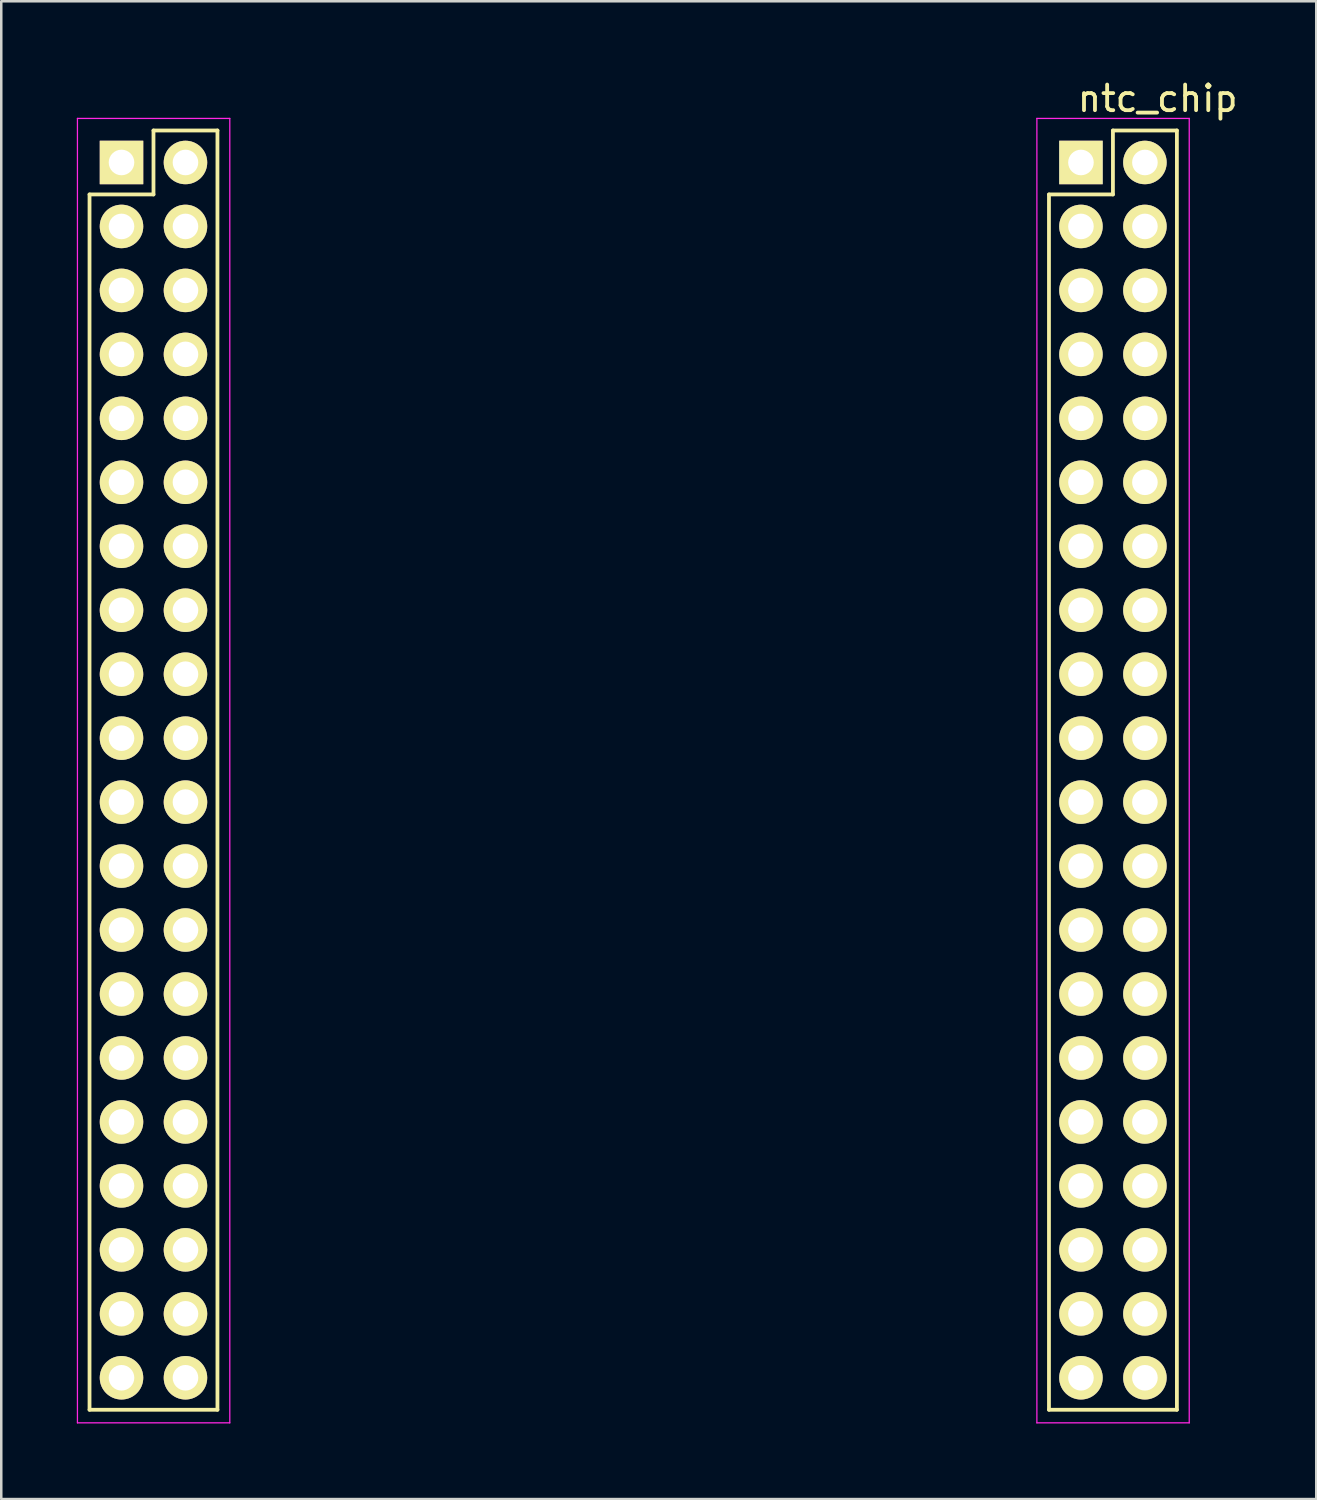
<source format=kicad_pcb>
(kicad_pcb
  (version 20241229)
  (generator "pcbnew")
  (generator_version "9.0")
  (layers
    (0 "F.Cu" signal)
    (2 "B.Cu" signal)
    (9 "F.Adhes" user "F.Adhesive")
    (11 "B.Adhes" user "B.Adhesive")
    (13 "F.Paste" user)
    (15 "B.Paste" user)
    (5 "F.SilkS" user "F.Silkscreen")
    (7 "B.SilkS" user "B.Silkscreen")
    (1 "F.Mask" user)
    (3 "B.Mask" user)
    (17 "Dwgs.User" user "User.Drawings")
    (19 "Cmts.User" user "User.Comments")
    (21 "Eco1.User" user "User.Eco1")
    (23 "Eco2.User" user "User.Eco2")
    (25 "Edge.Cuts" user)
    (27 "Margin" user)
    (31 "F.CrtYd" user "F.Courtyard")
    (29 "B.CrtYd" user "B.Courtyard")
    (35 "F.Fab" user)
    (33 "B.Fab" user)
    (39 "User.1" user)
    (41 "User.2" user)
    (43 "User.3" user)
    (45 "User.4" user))
  (footprint "ntc_chip"
    (layer "F.Cu")
    (at 1.775 3.402)
    (property "Reference" "ntc_chip" (at 41.148 -2.54 0) (layer "F.SilkS") (effects (font (size 1.016 1.016) (thickness 0.152))))
    (attr through_hole)
    (fp_line (start -1.27 1.27) (end -1.27 49.53) (stroke (width 0.15) (type solid)) (layer "F.SilkS"))
    (fp_line (start 1.27 -1.27) (end 1.27 1.27) (stroke (width 0.15) (type solid)) (layer "F.SilkS"))
    (fp_line (start 1.27 1.27) (end -1.27 1.27) (stroke (width 0.15) (type solid)) (layer "F.SilkS"))
    (fp_line (start 3.81 -1.27) (end 1.27 -1.27) (stroke (width 0.15) (type solid)) (layer "F.SilkS"))
    (fp_line (start 3.81 49.53) (end -1.27 49.53) (stroke (width 0.15) (type solid)) (layer "F.SilkS"))
    (fp_line (start 3.81 49.53) (end 3.81 -1.27) (stroke (width 0.15) (type solid)) (layer "F.SilkS"))
    (fp_line (start 36.83 1.27) (end 36.83 49.53) (stroke (width 0.15) (type solid)) (layer "F.SilkS"))
    (fp_line (start 39.37 -1.27) (end 39.37 1.27) (stroke (width 0.15) (type solid)) (layer "F.SilkS"))
    (fp_line (start 39.37 1.27) (end 36.83 1.27) (stroke (width 0.15) (type solid)) (layer "F.SilkS"))
    (fp_line (start 41.91 -1.27) (end 39.37 -1.27) (stroke (width 0.15) (type solid)) (layer "F.SilkS"))
    (fp_line (start 41.91 49.53) (end 36.83 49.53) (stroke (width 0.15) (type solid)) (layer "F.SilkS"))
    (fp_line (start 41.91 49.53) (end 41.91 -1.27) (stroke (width 0.15) (type solid)) (layer "F.SilkS"))
    (fp_line (start -1.75 -1.75) (end -1.75 50.05) (stroke (width 0.05) (type solid)) (layer "F.CrtYd"))
    (fp_line (start -1.75 -1.75) (end 4.3 -1.75) (stroke (width 0.05) (type solid)) (layer "F.CrtYd"))
    (fp_line (start -1.75 50.05) (end 4.3 50.05) (stroke (width 0.05) (type solid)) (layer "F.CrtYd"))
    (fp_line (start 4.3 -1.75) (end 4.3 50.05) (stroke (width 0.05) (type solid)) (layer "F.CrtYd"))
    (fp_line (start 36.35 -1.75) (end 36.35 50.05) (stroke (width 0.05) (type solid)) (layer "F.CrtYd"))
    (fp_line (start 36.35 -1.75) (end 42.4 -1.75) (stroke (width 0.05) (type solid)) (layer "F.CrtYd"))
    (fp_line (start 36.35 50.05) (end 42.4 50.05) (stroke (width 0.05) (type solid)) (layer "F.CrtYd"))
    (fp_line (start 42.4 -1.75) (end 42.4 50.05) (stroke (width 0.05) (type solid)) (layer "F.CrtYd"))
    (pad "1" thru_hole rect (at 0 0) (size 1.727 1.727) (drill 1.016) (layers "*.Cu" "*.Mask" "F.SilkS"))
    (pad "2" thru_hole oval (at 2.54 0) (size 1.727 1.727) (drill 1.016) (layers "*.Cu" "*.Mask" "F.SilkS"))
    (pad "3" thru_hole oval (at 0 2.54) (size 1.727 1.727) (drill 1.016) (layers "*.Cu" "*.Mask" "F.SilkS"))
    (pad "4" thru_hole oval (at 2.54 2.54) (size 1.727 1.727) (drill 1.016) (layers "*.Cu" "*.Mask" "F.SilkS"))
    (pad "5" thru_hole oval (at 0 5.08) (size 1.727 1.727) (drill 1.016) (layers "*.Cu" "*.Mask" "F.SilkS"))
    (pad "6" thru_hole oval (at 2.54 5.08) (size 1.727 1.727) (drill 1.016) (layers "*.Cu" "*.Mask" "F.SilkS"))
    (pad "7" thru_hole oval (at 0 7.62) (size 1.727 1.727) (drill 1.016) (layers "*.Cu" "*.Mask" "F.SilkS"))
    (pad "8" thru_hole oval (at 2.54 7.62) (size 1.727 1.727) (drill 1.016) (layers "*.Cu" "*.Mask" "F.SilkS"))
    (pad "9" thru_hole oval (at 0 10.16) (size 1.727 1.727) (drill 1.016) (layers "*.Cu" "*.Mask" "F.SilkS"))
    (pad "10" thru_hole oval (at 2.54 10.16) (size 1.727 1.727) (drill 1.016) (layers "*.Cu" "*.Mask" "F.SilkS"))
    (pad "11" thru_hole oval (at 0 12.7) (size 1.727 1.727) (drill 1.016) (layers "*.Cu" "*.Mask" "F.SilkS"))
    (pad "12" thru_hole oval (at 2.54 12.7) (size 1.727 1.727) (drill 1.016) (layers "*.Cu" "*.Mask" "F.SilkS"))
    (pad "13" thru_hole oval (at 0 15.24) (size 1.727 1.727) (drill 1.016) (layers "*.Cu" "*.Mask" "F.SilkS"))
    (pad "14" thru_hole oval (at 2.54 15.24) (size 1.727 1.727) (drill 1.016) (layers "*.Cu" "*.Mask" "F.SilkS"))
    (pad "15" thru_hole oval (at 0 17.78) (size 1.727 1.727) (drill 1.016) (layers "*.Cu" "*.Mask" "F.SilkS"))
    (pad "16" thru_hole oval (at 2.54 17.78) (size 1.727 1.727) (drill 1.016) (layers "*.Cu" "*.Mask" "F.SilkS"))
    (pad "17" thru_hole oval (at 0 20.32) (size 1.727 1.727) (drill 1.016) (layers "*.Cu" "*.Mask" "F.SilkS"))
    (pad "18" thru_hole oval (at 2.54 20.32) (size 1.727 1.727) (drill 1.016) (layers "*.Cu" "*.Mask" "F.SilkS"))
    (pad "19" thru_hole oval (at 0 22.86) (size 1.727 1.727) (drill 1.016) (layers "*.Cu" "*.Mask" "F.SilkS"))
    (pad "20" thru_hole oval (at 2.54 22.86) (size 1.727 1.727) (drill 1.016) (layers "*.Cu" "*.Mask" "F.SilkS"))
    (pad "21" thru_hole oval (at 0 25.4) (size 1.727 1.727) (drill 1.016) (layers "*.Cu" "*.Mask" "F.SilkS"))
    (pad "22" thru_hole oval (at 2.54 25.4) (size 1.727 1.727) (drill 1.016) (layers "*.Cu" "*.Mask" "F.SilkS"))
    (pad "23" thru_hole oval (at 0 27.94) (size 1.727 1.727) (drill 1.016) (layers "*.Cu" "*.Mask" "F.SilkS"))
    (pad "24" thru_hole oval (at 2.54 27.94) (size 1.727 1.727) (drill 1.016) (layers "*.Cu" "*.Mask" "F.SilkS"))
    (pad "25" thru_hole oval (at 0 30.48) (size 1.727 1.727) (drill 1.016) (layers "*.Cu" "*.Mask" "F.SilkS"))
    (pad "26" thru_hole oval (at 2.54 30.48) (size 1.727 1.727) (drill 1.016) (layers "*.Cu" "*.Mask" "F.SilkS"))
    (pad "27" thru_hole oval (at 0 33.02) (size 1.727 1.727) (drill 1.016) (layers "*.Cu" "*.Mask" "F.SilkS"))
    (pad "28" thru_hole oval (at 2.54 33.02) (size 1.727 1.727) (drill 1.016) (layers "*.Cu" "*.Mask" "F.SilkS"))
    (pad "29" thru_hole oval (at 0 35.56) (size 1.727 1.727) (drill 1.016) (layers "*.Cu" "*.Mask" "F.SilkS"))
    (pad "30" thru_hole oval (at 2.54 35.56) (size 1.727 1.727) (drill 1.016) (layers "*.Cu" "*.Mask" "F.SilkS"))
    (pad "31" thru_hole oval (at 0 38.1) (size 1.727 1.727) (drill 1.016) (layers "*.Cu" "*.Mask" "F.SilkS"))
    (pad "32" thru_hole oval (at 2.54 38.1) (size 1.727 1.727) (drill 1.016) (layers "*.Cu" "*.Mask" "F.SilkS"))
    (pad "33" thru_hole oval (at 0 40.64) (size 1.727 1.727) (drill 1.016) (layers "*.Cu" "*.Mask" "F.SilkS"))
    (pad "34" thru_hole oval (at 2.54 40.64) (size 1.727 1.727) (drill 1.016) (layers "*.Cu" "*.Mask" "F.SilkS"))
    (pad "35" thru_hole oval (at 0 43.18) (size 1.727 1.727) (drill 1.016) (layers "*.Cu" "*.Mask" "F.SilkS"))
    (pad "36" thru_hole oval (at 2.54 43.18) (size 1.727 1.727) (drill 1.016) (layers "*.Cu" "*.Mask" "F.SilkS"))
    (pad "37" thru_hole oval (at 0 45.72) (size 1.727 1.727) (drill 1.016) (layers "*.Cu" "*.Mask" "F.SilkS"))
    (pad "38" thru_hole oval (at 2.54 45.72) (size 1.727 1.727) (drill 1.016) (layers "*.Cu" "*.Mask" "F.SilkS"))
    (pad "39" thru_hole oval (at 0 48.26) (size 1.727 1.727) (drill 1.016) (layers "*.Cu" "*.Mask" "F.SilkS"))
    (pad "40" thru_hole oval (at 2.54 48.26) (size 1.727 1.727) (drill 1.016) (layers "*.Cu" "*.Mask" "F.SilkS"))
    (pad "41" thru_hole rect (at 38.1 0) (size 1.727 1.727) (drill 1.016) (layers "*.Cu" "*.Mask" "F.SilkS"))
    (pad "42" thru_hole oval (at 40.64 0) (size 1.727 1.727) (drill 1.016) (layers "*.Cu" "*.Mask" "F.SilkS"))
    (pad "43" thru_hole oval (at 38.1 2.54) (size 1.727 1.727) (drill 1.016) (layers "*.Cu" "*.Mask" "F.SilkS"))
    (pad "44" thru_hole oval (at 40.64 2.54) (size 1.727 1.727) (drill 1.016) (layers "*.Cu" "*.Mask" "F.SilkS"))
    (pad "45" thru_hole oval (at 38.1 5.08) (size 1.727 1.727) (drill 1.016) (layers "*.Cu" "*.Mask" "F.SilkS"))
    (pad "46" thru_hole oval (at 40.64 5.08) (size 1.727 1.727) (drill 1.016) (layers "*.Cu" "*.Mask" "F.SilkS"))
    (pad "47" thru_hole oval (at 38.1 7.62) (size 1.727 1.727) (drill 1.016) (layers "*.Cu" "*.Mask" "F.SilkS"))
    (pad "48" thru_hole oval (at 40.64 7.62) (size 1.727 1.727) (drill 1.016) (layers "*.Cu" "*.Mask" "F.SilkS"))
    (pad "49" thru_hole oval (at 38.1 10.16) (size 1.727 1.727) (drill 1.016) (layers "*.Cu" "*.Mask" "F.SilkS"))
    (pad "50" thru_hole oval (at 40.64 10.16) (size 1.727 1.727) (drill 1.016) (layers "*.Cu" "*.Mask" "F.SilkS"))
    (pad "51" thru_hole oval (at 38.1 12.7) (size 1.727 1.727) (drill 1.016) (layers "*.Cu" "*.Mask" "F.SilkS"))
    (pad "52" thru_hole oval (at 40.64 12.7) (size 1.727 1.727) (drill 1.016) (layers "*.Cu" "*.Mask" "F.SilkS"))
    (pad "53" thru_hole oval (at 38.1 15.24) (size 1.727 1.727) (drill 1.016) (layers "*.Cu" "*.Mask" "F.SilkS"))
    (pad "54" thru_hole oval (at 40.64 15.24) (size 1.727 1.727) (drill 1.016) (layers "*.Cu" "*.Mask" "F.SilkS"))
    (pad "55" thru_hole oval (at 38.1 17.78) (size 1.727 1.727) (drill 1.016) (layers "*.Cu" "*.Mask" "F.SilkS"))
    (pad "56" thru_hole oval (at 40.64 17.78) (size 1.727 1.727) (drill 1.016) (layers "*.Cu" "*.Mask" "F.SilkS"))
    (pad "57" thru_hole oval (at 38.1 20.32) (size 1.727 1.727) (drill 1.016) (layers "*.Cu" "*.Mask" "F.SilkS"))
    (pad "58" thru_hole oval (at 40.64 20.32) (size 1.727 1.727) (drill 1.016) (layers "*.Cu" "*.Mask" "F.SilkS"))
    (pad "59" thru_hole oval (at 38.1 22.86) (size 1.727 1.727) (drill 1.016) (layers "*.Cu" "*.Mask" "F.SilkS"))
    (pad "60" thru_hole oval (at 40.64 22.86) (size 1.727 1.727) (drill 1.016) (layers "*.Cu" "*.Mask" "F.SilkS"))
    (pad "61" thru_hole oval (at 38.1 25.4) (size 1.727 1.727) (drill 1.016) (layers "*.Cu" "*.Mask" "F.SilkS"))
    (pad "62" thru_hole oval (at 40.64 25.4) (size 1.727 1.727) (drill 1.016) (layers "*.Cu" "*.Mask" "F.SilkS"))
    (pad "63" thru_hole oval (at 38.1 27.94) (size 1.727 1.727) (drill 1.016) (layers "*.Cu" "*.Mask" "F.SilkS"))
    (pad "64" thru_hole oval (at 40.64 27.94) (size 1.727 1.727) (drill 1.016) (layers "*.Cu" "*.Mask" "F.SilkS"))
    (pad "65" thru_hole oval (at 38.1 30.48) (size 1.727 1.727) (drill 1.016) (layers "*.Cu" "*.Mask" "F.SilkS"))
    (pad "66" thru_hole oval (at 40.64 30.48) (size 1.727 1.727) (drill 1.016) (layers "*.Cu" "*.Mask" "F.SilkS"))
    (pad "67" thru_hole oval (at 38.1 33.02) (size 1.727 1.727) (drill 1.016) (layers "*.Cu" "*.Mask" "F.SilkS"))
    (pad "68" thru_hole oval (at 40.64 33.02) (size 1.727 1.727) (drill 1.016) (layers "*.Cu" "*.Mask" "F.SilkS"))
    (pad "69" thru_hole oval (at 38.1 35.56) (size 1.727 1.727) (drill 1.016) (layers "*.Cu" "*.Mask" "F.SilkS"))
    (pad "70" thru_hole oval (at 40.64 35.56) (size 1.727 1.727) (drill 1.016) (layers "*.Cu" "*.Mask" "F.SilkS"))
    (pad "71" thru_hole oval (at 38.1 38.1) (size 1.727 1.727) (drill 1.016) (layers "*.Cu" "*.Mask" "F.SilkS"))
    (pad "72" thru_hole oval (at 40.64 38.1) (size 1.727 1.727) (drill 1.016) (layers "*.Cu" "*.Mask" "F.SilkS"))
    (pad "73" thru_hole oval (at 38.1 40.64) (size 1.727 1.727) (drill 1.016) (layers "*.Cu" "*.Mask" "F.SilkS"))
    (pad "74" thru_hole oval (at 40.64 40.64) (size 1.727 1.727) (drill 1.016) (layers "*.Cu" "*.Mask" "F.SilkS"))
    (pad "75" thru_hole oval (at 38.1 43.18) (size 1.727 1.727) (drill 1.016) (layers "*.Cu" "*.Mask" "F.SilkS"))
    (pad "76" thru_hole oval (at 40.64 43.18) (size 1.727 1.727) (drill 1.016) (layers "*.Cu" "*.Mask" "F.SilkS"))
    (pad "77" thru_hole oval (at 38.1 45.72) (size 1.727 1.727) (drill 1.016) (layers "*.Cu" "*.Mask" "F.SilkS"))
    (pad "78" thru_hole oval (at 40.64 45.72) (size 1.727 1.727) (drill 1.016) (layers "*.Cu" "*.Mask" "F.SilkS"))
    (pad "79" thru_hole oval (at 38.1 48.26) (size 1.727 1.727) (drill 1.016) (layers "*.Cu" "*.Mask" "F.SilkS"))
    (pad "80" thru_hole oval (at 40.64 48.26) (size 1.727 1.727) (drill 1.016) (layers "*.Cu" "*.Mask" "F.SilkS")))
  (gr_rect
    (start -3 -3)
    (end 49.219 56.477)
    (stroke (width 0.1) (type default))
    (fill no)
    (layer "Edge.Cuts")))
</source>
